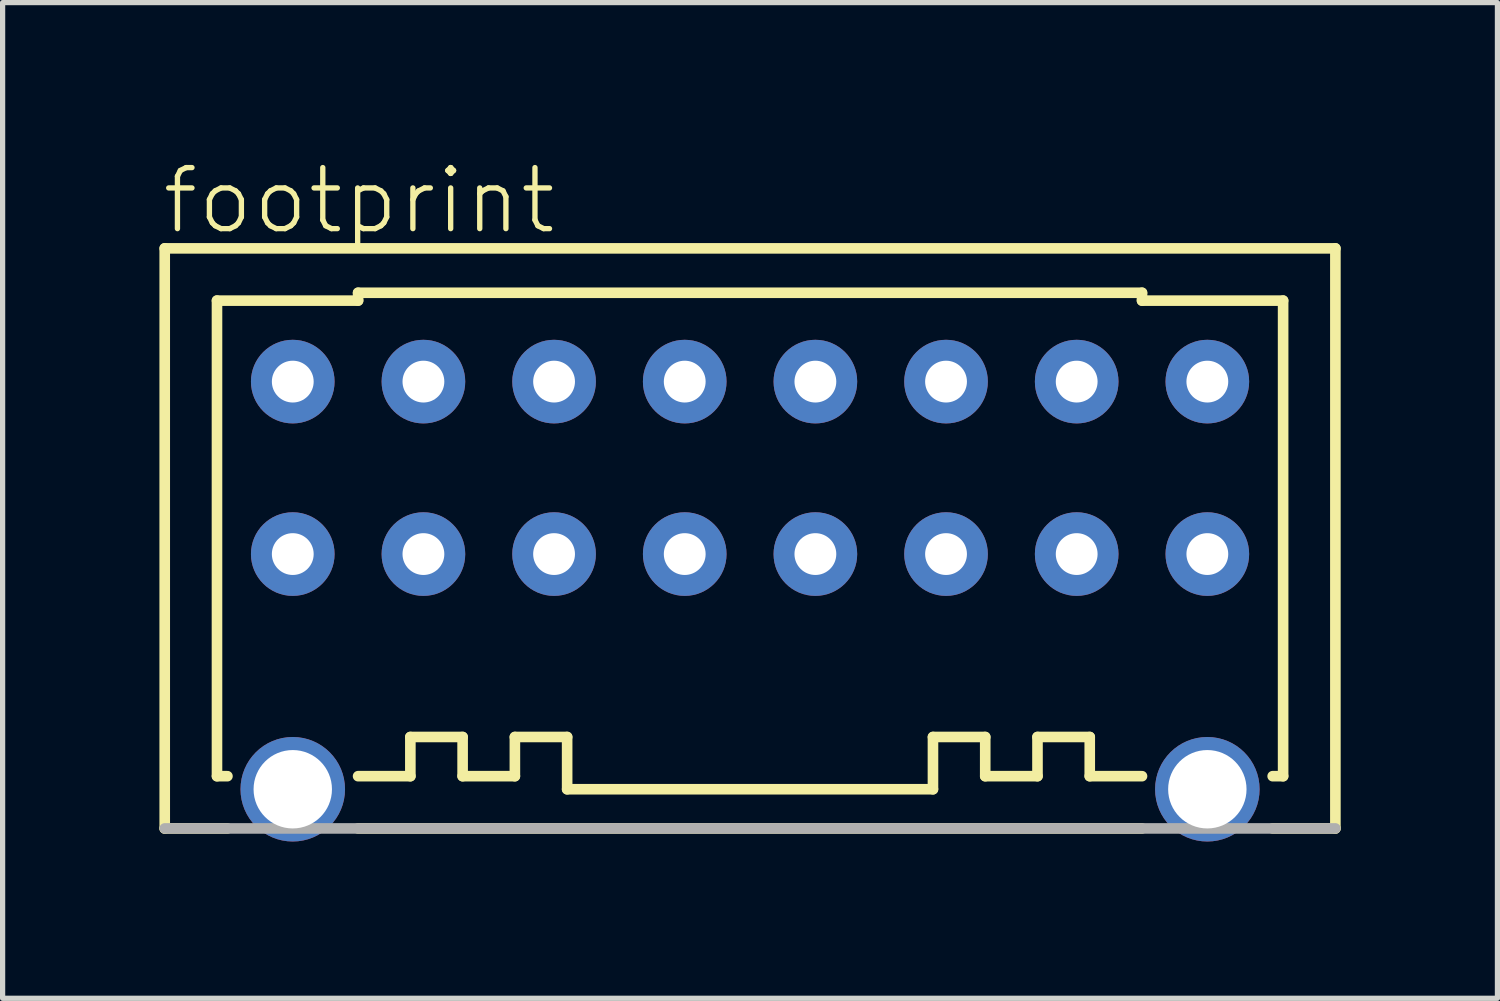
<source format=kicad_pcb>
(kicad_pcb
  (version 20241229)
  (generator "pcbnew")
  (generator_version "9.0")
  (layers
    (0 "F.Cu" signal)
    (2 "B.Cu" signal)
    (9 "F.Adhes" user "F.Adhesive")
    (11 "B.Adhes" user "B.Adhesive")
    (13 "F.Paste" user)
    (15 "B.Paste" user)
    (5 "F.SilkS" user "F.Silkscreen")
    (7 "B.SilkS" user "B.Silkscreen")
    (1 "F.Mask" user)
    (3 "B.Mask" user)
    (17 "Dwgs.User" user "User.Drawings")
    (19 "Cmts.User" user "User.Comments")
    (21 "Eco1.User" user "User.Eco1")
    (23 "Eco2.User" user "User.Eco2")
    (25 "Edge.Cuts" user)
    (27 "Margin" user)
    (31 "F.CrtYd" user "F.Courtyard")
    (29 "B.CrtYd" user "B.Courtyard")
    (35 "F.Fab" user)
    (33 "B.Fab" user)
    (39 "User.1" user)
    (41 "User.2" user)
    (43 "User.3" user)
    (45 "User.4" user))
  (footprint "footprint"
    (layer "F.Cu")
    (at 11.302 7.552)
    (property "Reference" "footprint" (at -11.302 -6.079 0) (layer "F.SilkS") (effects (font (size 1.168 1.168) (thickness 0.102)) (justify left bottom)))
    (fp_line (start -11.2 -5.85) (end 11.2 -5.85) (stroke (width 0.203) (type solid)) (layer "F.SilkS"))
    (fp_line (start -11.2 5.25) (end -11.2 -5.85) (stroke (width 0.203) (type solid)) (layer "F.SilkS"))
    (fp_line (start -10.2 -4.85) (end -7.5 -4.85) (stroke (width 0.203) (type solid)) (layer "F.SilkS"))
    (fp_line (start -10.2 4.25) (end -10.2 -4.85) (stroke (width 0.203) (type solid)) (layer "F.SilkS"))
    (fp_line (start -10 4.25) (end -10.2 4.25) (stroke (width 0.203) (type solid)) (layer "F.SilkS"))
    (fp_line (start -10 5.25) (end -11.2 5.25) (stroke (width 0.203) (type solid)) (layer "F.SilkS"))
    (fp_line (start -7.5 -5) (end 7.5 -5) (stroke (width 0.203) (type solid)) (layer "F.SilkS"))
    (fp_line (start -7.5 -4.85) (end -7.5 -5) (stroke (width 0.203) (type solid)) (layer "F.SilkS"))
    (fp_line (start -6.5 3.5) (end -6.5 4.25) (stroke (width 0.203) (type solid)) (layer "F.SilkS"))
    (fp_line (start -6.5 4.25) (end -7.5 4.25) (stroke (width 0.203) (type solid)) (layer "F.SilkS"))
    (fp_line (start -5.5 3.5) (end -6.5 3.5) (stroke (width 0.203) (type solid)) (layer "F.SilkS"))
    (fp_line (start -5.5 4.25) (end -5.5 3.5) (stroke (width 0.203) (type solid)) (layer "F.SilkS"))
    (fp_line (start -4.5 3.5) (end -4.5 4.25) (stroke (width 0.203) (type solid)) (layer "F.SilkS"))
    (fp_line (start -4.5 4.25) (end -5.5 4.25) (stroke (width 0.203) (type solid)) (layer "F.SilkS"))
    (fp_line (start -3.5 3.5) (end -4.5 3.5) (stroke (width 0.203) (type solid)) (layer "F.SilkS"))
    (fp_line (start -3.5 4.5) (end -3.5 3.5) (stroke (width 0.203) (type solid)) (layer "F.SilkS"))
    (fp_line (start 3.5 3.5) (end 3.5 4.5) (stroke (width 0.203) (type solid)) (layer "F.SilkS"))
    (fp_line (start 3.5 4.5) (end -3.5 4.5) (stroke (width 0.203) (type solid)) (layer "F.SilkS"))
    (fp_line (start 4.5 3.5) (end 3.5 3.5) (stroke (width 0.203) (type solid)) (layer "F.SilkS"))
    (fp_line (start 4.5 4.25) (end 4.5 3.5) (stroke (width 0.203) (type solid)) (layer "F.SilkS"))
    (fp_line (start 5.5 3.5) (end 5.5 4.25) (stroke (width 0.203) (type solid)) (layer "F.SilkS"))
    (fp_line (start 5.5 4.25) (end 4.5 4.25) (stroke (width 0.203) (type solid)) (layer "F.SilkS"))
    (fp_line (start 6.5 3.5) (end 5.5 3.5) (stroke (width 0.203) (type solid)) (layer "F.SilkS"))
    (fp_line (start 6.5 4.25) (end 6.5 3.5) (stroke (width 0.203) (type solid)) (layer "F.SilkS"))
    (fp_line (start 7.5 -5) (end 7.5 -4.85) (stroke (width 0.203) (type solid)) (layer "F.SilkS"))
    (fp_line (start 7.5 -4.85) (end 10.2 -4.85) (stroke (width 0.203) (type solid)) (layer "F.SilkS"))
    (fp_line (start 7.5 4.25) (end 6.5 4.25) (stroke (width 0.203) (type solid)) (layer "F.SilkS"))
    (fp_line (start 7.5 5.25) (end -7.5 5.25) (stroke (width 0.203) (type solid)) (layer "F.SilkS"))
    (fp_line (start 10.2 -4.85) (end 10.2 4.25) (stroke (width 0.203) (type solid)) (layer "F.SilkS"))
    (fp_line (start 10.2 4.25) (end 10 4.25) (stroke (width 0.203) (type solid)) (layer "F.SilkS"))
    (fp_line (start 11.2 -5.85) (end 11.2 5.25) (stroke (width 0.203) (type solid)) (layer "F.SilkS"))
    (fp_line (start 11.2 5.25) (end 10 5.25) (stroke (width 0.203) (type solid)) (layer "F.SilkS"))
    (fp_line (start 11.2 5.25) (end -11.2 5.25) (stroke (width 0.203) (type solid)) (layer "F.Fab"))
    (pad "A1" thru_hole circle (at 8.75 -3.3 180) (size 1.6 1.6) (drill 0.8) (layers "*.Cu" "*.Mask"))
    (pad "A2" thru_hole circle (at 6.25 -3.3 180) (size 1.6 1.6) (drill 0.8) (layers "*.Cu" "*.Mask"))
    (pad "A3" thru_hole circle (at 3.75 -3.3 180) (size 1.6 1.6) (drill 0.8) (layers "*.Cu" "*.Mask"))
    (pad "A4" thru_hole circle (at 1.25 -3.3 180) (size 1.6 1.6) (drill 0.8) (layers "*.Cu" "*.Mask"))
    (pad "A5" thru_hole circle (at -1.25 -3.3 180) (size 1.6 1.6) (drill 0.8) (layers "*.Cu" "*.Mask"))
    (pad "A6" thru_hole circle (at -3.75 -3.3 180) (size 1.6 1.6) (drill 0.8) (layers "*.Cu" "*.Mask"))
    (pad "A7" thru_hole circle (at -6.25 -3.3 180) (size 1.6 1.6) (drill 0.8) (layers "*.Cu" "*.Mask"))
    (pad "A8" thru_hole circle (at -8.75 -3.3 180) (size 1.6 1.6) (drill 0.8) (layers "*.Cu" "*.Mask"))
    (pad "B1" thru_hole circle (at 8.75 0 180) (size 1.6 1.6) (drill 0.8) (layers "*.Cu" "*.Mask"))
    (pad "B2" thru_hole circle (at 6.25 0 180) (size 1.6 1.6) (drill 0.8) (layers "*.Cu" "*.Mask"))
    (pad "B3" thru_hole circle (at 3.75 0 180) (size 1.6 1.6) (drill 0.8) (layers "*.Cu" "*.Mask"))
    (pad "B4" thru_hole circle (at 1.25 0 180) (size 1.6 1.6) (drill 0.8) (layers "*.Cu" "*.Mask"))
    (pad "B5" thru_hole circle (at -1.25 0 180) (size 1.6 1.6) (drill 0.8) (layers "*.Cu" "*.Mask"))
    (pad "B6" thru_hole circle (at -3.75 0 180) (size 1.6 1.6) (drill 0.8) (layers "*.Cu" "*.Mask"))
    (pad "B7" thru_hole circle (at -6.25 0 180) (size 1.6 1.6) (drill 0.8) (layers "*.Cu" "*.Mask"))
    (pad "B8" thru_hole circle (at -8.75 0 180) (size 1.6 1.6) (drill 0.8) (layers "*.Cu" "*.Mask"))
    (pad "M1" thru_hole circle (at 8.75 4.5) (size 2 2) (drill 1.5) (layers "*.Cu" "*.Mask"))
    (pad "M2" thru_hole circle (at -8.75 4.5) (size 2 2) (drill 1.5) (layers "*.Cu" "*.Mask")))
  (gr_rect
    (start -3 -3)
    (end 25.603 16.052)
    (stroke (width 0.1) (type default))
    (fill no)
    (layer "Edge.Cuts")))
</source>
